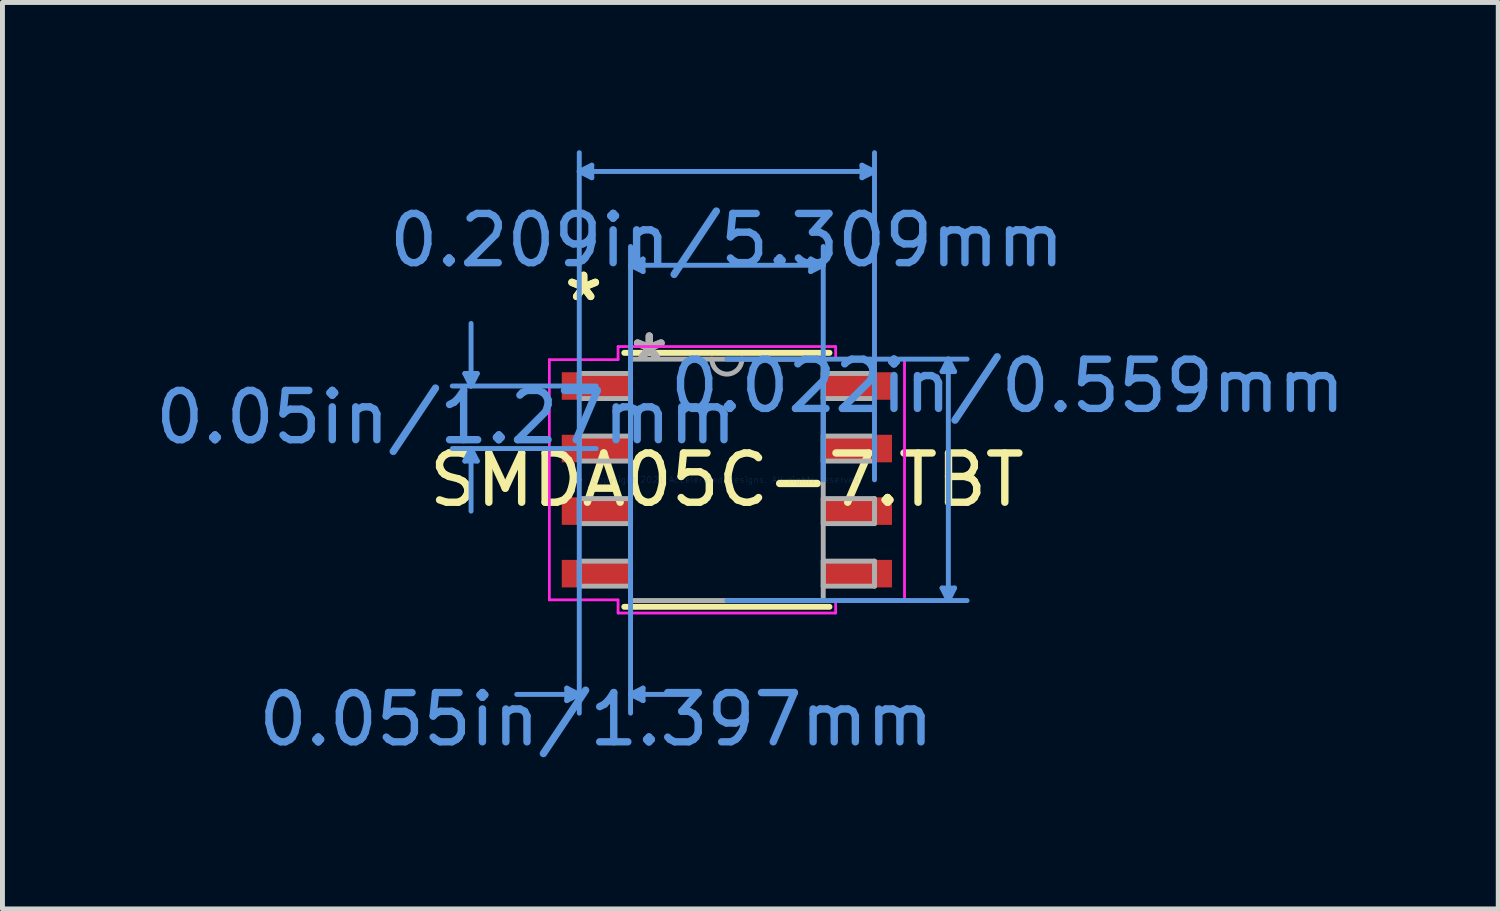
<source format=kicad_pcb>
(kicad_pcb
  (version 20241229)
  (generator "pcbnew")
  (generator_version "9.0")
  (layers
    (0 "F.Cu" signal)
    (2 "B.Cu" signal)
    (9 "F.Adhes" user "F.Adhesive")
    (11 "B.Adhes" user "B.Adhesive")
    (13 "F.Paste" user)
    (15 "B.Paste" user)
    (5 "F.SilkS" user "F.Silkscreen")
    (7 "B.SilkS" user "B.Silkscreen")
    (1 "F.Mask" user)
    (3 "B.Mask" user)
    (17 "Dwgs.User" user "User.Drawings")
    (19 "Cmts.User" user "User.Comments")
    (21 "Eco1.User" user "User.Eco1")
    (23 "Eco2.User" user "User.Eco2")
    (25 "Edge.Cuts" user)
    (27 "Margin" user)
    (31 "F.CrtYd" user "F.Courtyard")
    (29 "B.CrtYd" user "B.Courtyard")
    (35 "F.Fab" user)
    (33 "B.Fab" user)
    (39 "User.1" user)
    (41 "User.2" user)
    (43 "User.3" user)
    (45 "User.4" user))
  (footprint "SMDA05C-7.TBT"
    (layer "F.Cu")
    (at 11.708 6.692)
    (property "Reference" "SMDA05C-7.TBT" (at 0 0 0) (layer "F.SilkS") (effects (font (size 1 1) (thickness 0.15))))
    (attr through_hole)
    (fp_line (start -2.083 2.578) (end 2.083 2.578) (stroke (width 0.12) (type solid)) (layer "F.SilkS"))
    (fp_line (start 2.083 -2.578) (end -2.083 -2.578) (stroke (width 0.12) (type solid)) (layer "F.SilkS"))
    (fp_line (start -5.321 -2.159) (end -5.067 -2.159) (stroke (width 0.1) (type solid)) (layer "Cmts.User"))
    (fp_line (start -5.321 -0.381) (end -5.067 -0.381) (stroke (width 0.1) (type solid)) (layer "Cmts.User"))
    (fp_line (start -5.194 -1.905) (end -5.321 -2.159) (stroke (width 0.1) (type solid)) (layer "Cmts.User"))
    (fp_line (start -5.194 -1.905) (end -5.194 -3.175) (stroke (width 0.1) (type solid)) (layer "Cmts.User"))
    (fp_line (start -5.194 -1.905) (end -5.067 -2.159) (stroke (width 0.1) (type solid)) (layer "Cmts.User"))
    (fp_line (start -5.194 -0.635) (end -5.321 -0.381) (stroke (width 0.1) (type solid)) (layer "Cmts.User"))
    (fp_line (start -5.194 -0.635) (end -5.194 0.635) (stroke (width 0.1) (type solid)) (layer "Cmts.User"))
    (fp_line (start -5.194 -0.635) (end -5.067 -0.381) (stroke (width 0.1) (type solid)) (layer "Cmts.User"))
    (fp_line (start -3.251 4.229) (end -3.251 4.483) (stroke (width 0.1) (type solid)) (layer "Cmts.User"))
    (fp_line (start -2.997 -6.261) (end -2.743 -6.388) (stroke (width 0.1) (type solid)) (layer "Cmts.User"))
    (fp_line (start -2.997 -6.261) (end -2.743 -6.134) (stroke (width 0.1) (type solid)) (layer "Cmts.User"))
    (fp_line (start -2.997 -6.261) (end 2.997 -6.261) (stroke (width 0.1) (type solid)) (layer "Cmts.User"))
    (fp_line (start -2.997 0) (end -2.997 -6.642) (stroke (width 0.1) (type solid)) (layer "Cmts.User"))
    (fp_line (start -2.997 0) (end -2.997 4.737) (stroke (width 0.1) (type solid)) (layer "Cmts.User"))
    (fp_line (start -2.997 4.356) (end -4.267 4.356) (stroke (width 0.1) (type solid)) (layer "Cmts.User"))
    (fp_line (start -2.997 4.356) (end -3.251 4.229) (stroke (width 0.1) (type solid)) (layer "Cmts.User"))
    (fp_line (start -2.997 4.356) (end -3.251 4.483) (stroke (width 0.1) (type solid)) (layer "Cmts.User"))
    (fp_line (start -2.743 -6.388) (end -2.743 -6.134) (stroke (width 0.1) (type solid)) (layer "Cmts.User"))
    (fp_line (start -2.654 -1.905) (end -5.575 -1.905) (stroke (width 0.1) (type solid)) (layer "Cmts.User"))
    (fp_line (start -2.654 -0.635) (end -5.575 -0.635) (stroke (width 0.1) (type solid)) (layer "Cmts.User"))
    (fp_line (start -1.956 -4.356) (end -1.702 -4.483) (stroke (width 0.1) (type solid)) (layer "Cmts.User"))
    (fp_line (start -1.956 -4.356) (end -1.702 -4.229) (stroke (width 0.1) (type solid)) (layer "Cmts.User"))
    (fp_line (start -1.956 -4.356) (end 1.956 -4.356) (stroke (width 0.1) (type solid)) (layer "Cmts.User"))
    (fp_line (start -1.956 0) (end -1.956 -4.737) (stroke (width 0.1) (type solid)) (layer "Cmts.User"))
    (fp_line (start -1.956 0) (end -1.956 4.737) (stroke (width 0.1) (type solid)) (layer "Cmts.User"))
    (fp_line (start -1.956 4.356) (end -1.702 4.229) (stroke (width 0.1) (type solid)) (layer "Cmts.User"))
    (fp_line (start -1.956 4.356) (end -1.702 4.483) (stroke (width 0.1) (type solid)) (layer "Cmts.User"))
    (fp_line (start -1.956 4.356) (end -0.686 4.356) (stroke (width 0.1) (type solid)) (layer "Cmts.User"))
    (fp_line (start -1.702 -4.483) (end -1.702 -4.229) (stroke (width 0.1) (type solid)) (layer "Cmts.User"))
    (fp_line (start -1.702 4.229) (end -1.702 4.483) (stroke (width 0.1) (type solid)) (layer "Cmts.User"))
    (fp_line (start 0 -2.451) (end 4.877 -2.451) (stroke (width 0.1) (type solid)) (layer "Cmts.User"))
    (fp_line (start 0 2.451) (end 4.877 2.451) (stroke (width 0.1) (type solid)) (layer "Cmts.User"))
    (fp_line (start 1.702 -4.483) (end 1.702 -4.229) (stroke (width 0.1) (type solid)) (layer "Cmts.User"))
    (fp_line (start 1.956 -4.356) (end 1.702 -4.483) (stroke (width 0.1) (type solid)) (layer "Cmts.User"))
    (fp_line (start 1.956 -4.356) (end 1.702 -4.229) (stroke (width 0.1) (type solid)) (layer "Cmts.User"))
    (fp_line (start 1.956 0) (end 1.956 -4.737) (stroke (width 0.1) (type solid)) (layer "Cmts.User"))
    (fp_line (start 2.743 -6.388) (end 2.743 -6.134) (stroke (width 0.1) (type solid)) (layer "Cmts.User"))
    (fp_line (start 2.997 -6.261) (end 2.743 -6.388) (stroke (width 0.1) (type solid)) (layer "Cmts.User"))
    (fp_line (start 2.997 -6.261) (end 2.743 -6.134) (stroke (width 0.1) (type solid)) (layer "Cmts.User"))
    (fp_line (start 2.997 0) (end 2.997 -6.642) (stroke (width 0.1) (type solid)) (layer "Cmts.User"))
    (fp_line (start 4.369 -2.197) (end 4.623 -2.197) (stroke (width 0.1) (type solid)) (layer "Cmts.User"))
    (fp_line (start 4.369 2.197) (end 4.623 2.197) (stroke (width 0.1) (type solid)) (layer "Cmts.User"))
    (fp_line (start 4.496 -2.451) (end 4.369 -2.197) (stroke (width 0.1) (type solid)) (layer "Cmts.User"))
    (fp_line (start 4.496 -2.451) (end 4.496 2.451) (stroke (width 0.1) (type solid)) (layer "Cmts.User"))
    (fp_line (start 4.496 -2.451) (end 4.623 -2.197) (stroke (width 0.1) (type solid)) (layer "Cmts.User"))
    (fp_line (start 4.496 2.451) (end 4.369 2.197) (stroke (width 0.1) (type solid)) (layer "Cmts.User"))
    (fp_line (start 4.496 2.451) (end 4.623 2.197) (stroke (width 0.1) (type solid)) (layer "Cmts.User"))
    (fp_line (start -3.607 -2.438) (end -2.21 -2.438) (stroke (width 0.05) (type solid)) (layer "F.CrtYd"))
    (fp_line (start -3.607 -2.438) (end -2.21 -2.438) (stroke (width 0.05) (type solid)) (layer "F.CrtYd"))
    (fp_line (start -3.607 2.438) (end -3.607 -2.438) (stroke (width 0.05) (type solid)) (layer "F.CrtYd"))
    (fp_line (start -3.607 2.438) (end -3.607 -2.438) (stroke (width 0.05) (type solid)) (layer "F.CrtYd"))
    (fp_line (start -3.607 2.438) (end -2.21 2.438) (stroke (width 0.05) (type solid)) (layer "F.CrtYd"))
    (fp_line (start -2.21 -2.705) (end 2.21 -2.705) (stroke (width 0.05) (type solid)) (layer "F.CrtYd"))
    (fp_line (start -2.21 -2.705) (end 2.21 -2.705) (stroke (width 0.05) (type solid)) (layer "F.CrtYd"))
    (fp_line (start -2.21 -2.438) (end -2.21 -2.705) (stroke (width 0.05) (type solid)) (layer "F.CrtYd"))
    (fp_line (start -2.21 -2.438) (end -2.21 -2.705) (stroke (width 0.05) (type solid)) (layer "F.CrtYd"))
    (fp_line (start -2.21 2.438) (end -3.607 2.438) (stroke (width 0.05) (type solid)) (layer "F.CrtYd"))
    (fp_line (start -2.21 2.705) (end -2.21 2.438) (stroke (width 0.05) (type solid)) (layer "F.CrtYd"))
    (fp_line (start -2.21 2.705) (end -2.21 2.438) (stroke (width 0.05) (type solid)) (layer "F.CrtYd"))
    (fp_line (start 2.21 -2.705) (end 2.21 -2.438) (stroke (width 0.05) (type solid)) (layer "F.CrtYd"))
    (fp_line (start 2.21 -2.705) (end 2.21 -2.438) (stroke (width 0.05) (type solid)) (layer "F.CrtYd"))
    (fp_line (start 2.21 -2.438) (end 3.607 -2.438) (stroke (width 0.05) (type solid)) (layer "F.CrtYd"))
    (fp_line (start 2.21 2.438) (end 2.21 2.705) (stroke (width 0.05) (type solid)) (layer "F.CrtYd"))
    (fp_line (start 2.21 2.438) (end 2.21 2.705) (stroke (width 0.05) (type solid)) (layer "F.CrtYd"))
    (fp_line (start 2.21 2.705) (end -2.21 2.705) (stroke (width 0.05) (type solid)) (layer "F.CrtYd"))
    (fp_line (start 2.21 2.705) (end -2.21 2.705) (stroke (width 0.05) (type solid)) (layer "F.CrtYd"))
    (fp_line (start 3.607 -2.438) (end 2.21 -2.438) (stroke (width 0.05) (type solid)) (layer "F.CrtYd"))
    (fp_line (start 3.607 -2.438) (end 3.607 2.438) (stroke (width 0.05) (type solid)) (layer "F.CrtYd"))
    (fp_line (start 3.607 -2.438) (end 3.607 2.438) (stroke (width 0.05) (type solid)) (layer "F.CrtYd"))
    (fp_line (start 3.607 2.438) (end 2.21 2.438) (stroke (width 0.05) (type solid)) (layer "F.CrtYd"))
    (fp_line (start 3.607 2.438) (end 2.21 2.438) (stroke (width 0.05) (type solid)) (layer "F.CrtYd"))
    (fp_line (start -2.997 -2.159) (end -2.997 -1.651) (stroke (width 0.1) (type solid)) (layer "F.Fab"))
    (fp_line (start -2.997 -1.651) (end -1.956 -1.651) (stroke (width 0.1) (type solid)) (layer "F.Fab"))
    (fp_line (start -2.997 -0.889) (end -2.997 -0.381) (stroke (width 0.1) (type solid)) (layer "F.Fab"))
    (fp_line (start -2.997 -0.381) (end -1.956 -0.381) (stroke (width 0.1) (type solid)) (layer "F.Fab"))
    (fp_line (start -2.997 0.381) (end -2.997 0.889) (stroke (width 0.1) (type solid)) (layer "F.Fab"))
    (fp_line (start -2.997 0.889) (end -1.956 0.889) (stroke (width 0.1) (type solid)) (layer "F.Fab"))
    (fp_line (start -2.997 1.651) (end -2.997 2.159) (stroke (width 0.1) (type solid)) (layer "F.Fab"))
    (fp_line (start -2.997 2.159) (end -1.956 2.159) (stroke (width 0.1) (type solid)) (layer "F.Fab"))
    (fp_line (start -1.956 -2.451) (end -1.956 2.451) (stroke (width 0.1) (type solid)) (layer "F.Fab"))
    (fp_line (start -1.956 -2.159) (end -2.997 -2.159) (stroke (width 0.1) (type solid)) (layer "F.Fab"))
    (fp_line (start -1.956 -1.651) (end -1.956 -2.159) (stroke (width 0.1) (type solid)) (layer "F.Fab"))
    (fp_line (start -1.956 -0.889) (end -2.997 -0.889) (stroke (width 0.1) (type solid)) (layer "F.Fab"))
    (fp_line (start -1.956 -0.381) (end -1.956 -0.889) (stroke (width 0.1) (type solid)) (layer "F.Fab"))
    (fp_line (start -1.956 0.381) (end -2.997 0.381) (stroke (width 0.1) (type solid)) (layer "F.Fab"))
    (fp_line (start -1.956 0.889) (end -1.956 0.381) (stroke (width 0.1) (type solid)) (layer "F.Fab"))
    (fp_line (start -1.956 1.651) (end -2.997 1.651) (stroke (width 0.1) (type solid)) (layer "F.Fab"))
    (fp_line (start -1.956 2.159) (end -1.956 1.651) (stroke (width 0.1) (type solid)) (layer "F.Fab"))
    (fp_line (start -1.956 2.451) (end 1.956 2.451) (stroke (width 0.1) (type solid)) (layer "F.Fab"))
    (fp_line (start 1.956 -2.451) (end -1.956 -2.451) (stroke (width 0.1) (type solid)) (layer "F.Fab"))
    (fp_line (start 1.956 -2.159) (end 1.956 -1.651) (stroke (width 0.1) (type solid)) (layer "F.Fab"))
    (fp_line (start 1.956 -1.651) (end 2.997 -1.651) (stroke (width 0.1) (type solid)) (layer "F.Fab"))
    (fp_line (start 1.956 -0.889) (end 1.956 -0.381) (stroke (width 0.1) (type solid)) (layer "F.Fab"))
    (fp_line (start 1.956 -0.381) (end 2.997 -0.381) (stroke (width 0.1) (type solid)) (layer "F.Fab"))
    (fp_line (start 1.956 0.381) (end 1.956 0.889) (stroke (width 0.1) (type solid)) (layer "F.Fab"))
    (fp_line (start 1.956 0.889) (end 2.997 0.889) (stroke (width 0.1) (type solid)) (layer "F.Fab"))
    (fp_line (start 1.956 1.651) (end 1.956 2.159) (stroke (width 0.1) (type solid)) (layer "F.Fab"))
    (fp_line (start 1.956 2.159) (end 2.997 2.159) (stroke (width 0.1) (type solid)) (layer "F.Fab"))
    (fp_line (start 1.956 2.451) (end 1.956 -2.451) (stroke (width 0.1) (type solid)) (layer "F.Fab"))
    (fp_line (start 2.997 -2.159) (end 1.956 -2.159) (stroke (width 0.1) (type solid)) (layer "F.Fab"))
    (fp_line (start 2.997 -1.651) (end 2.997 -2.159) (stroke (width 0.1) (type solid)) (layer "F.Fab"))
    (fp_line (start 2.997 -0.889) (end 1.956 -0.889) (stroke (width 0.1) (type solid)) (layer "F.Fab"))
    (fp_line (start 2.997 -0.381) (end 2.997 -0.889) (stroke (width 0.1) (type solid)) (layer "F.Fab"))
    (fp_line (start 2.997 0.381) (end 1.956 0.381) (stroke (width 0.1) (type solid)) (layer "F.Fab"))
    (fp_line (start 2.997 0.889) (end 2.997 0.381) (stroke (width 0.1) (type solid)) (layer "F.Fab"))
    (fp_line (start 2.997 1.651) (end 1.956 1.651) (stroke (width 0.1) (type solid)) (layer "F.Fab"))
    (fp_line (start 2.997 2.159) (end 2.997 1.651) (stroke (width 0.1) (type solid)) (layer "F.Fab"))
    (fp_arc (start 0.3048 -2.4511) (mid 0 -2.1463) (end -0.3048 -2.4511) (stroke (width 0.1) (type solid)) (layer "F.Fab"))
    (fp_text user "*" (at -2.908 -3.607 0) (layer "F.SilkS") (effects (font (size 1 1) (thickness 0.15))))
    (fp_text user "*" (at -2.908 -3.607 0) (layer "F.SilkS") (effects (font (size 1 1) (thickness 0.15))))
    (fp_text user "0.055in/1.397mm" (at -2.654 4.864 0) (layer "Cmts.User") (effects (font (size 1 1) (thickness 0.15))))
    (fp_text user "0.209in/5.309mm" (at 0 -4.864 0) (layer "Cmts.User") (effects (font (size 1 1) (thickness 0.15))))
    (fp_text user "Copyright 2021 Accelerated Designs. All rights reserved." (at 0 0 0) (layer "Cmts.User") (effects (font (size 0.127 0.127) (thickness 0.002))))
    (fp_text user "0.022in/0.559mm" (at 5.702 -1.905 0) (layer "Cmts.User") (effects (font (size 1 1) (thickness 0.15))))
    (fp_text user "0.05in/1.27mm" (at -5.702 -1.27 0) (layer "Cmts.User") (effects (font (size 1 1) (thickness 0.15))))
    (fp_text user "*" (at -1.575 -2.375 0) (layer "F.Fab") (effects (font (size 1 1) (thickness 0.15))))
    (fp_text user "*" (at -1.575 -2.375 0) (layer "F.Fab") (effects (font (size 1 1) (thickness 0.15))))
    (pad "1" smd rect (at -2.654 -1.905) (size 1.397 0.559) (layers "F.Cu" "F.Mask" "F.Paste"))
    (pad "2" smd rect (at -2.654 -0.635) (size 1.397 0.559) (layers "F.Cu" "F.Mask" "F.Paste"))
    (pad "3" smd rect (at -2.654 0.635) (size 1.397 0.559) (layers "F.Cu" "F.Mask" "F.Paste"))
    (pad "4" smd rect (at -2.654 1.905) (size 1.397 0.559) (layers "F.Cu" "F.Mask" "F.Paste"))
    (pad "5" smd rect (at 2.654 1.905) (size 1.397 0.559) (layers "F.Cu" "F.Mask" "F.Paste"))
    (pad "6" smd rect (at 2.654 0.635) (size 1.397 0.559) (layers "F.Cu" "F.Mask" "F.Paste"))
    (pad "7" smd rect (at 2.654 -0.635) (size 1.397 0.559) (layers "F.Cu" "F.Mask" "F.Paste"))
    (pad "8" smd rect (at 2.654 -1.905) (size 1.397 0.559) (layers "F.Cu" "F.Mask" "F.Paste")))
  (gr_rect
    (start -3 -3)
    (end 27.369 15.404)
    (stroke (width 0.1) (type default))
    (fill no)
    (layer "Edge.Cuts")))
</source>
